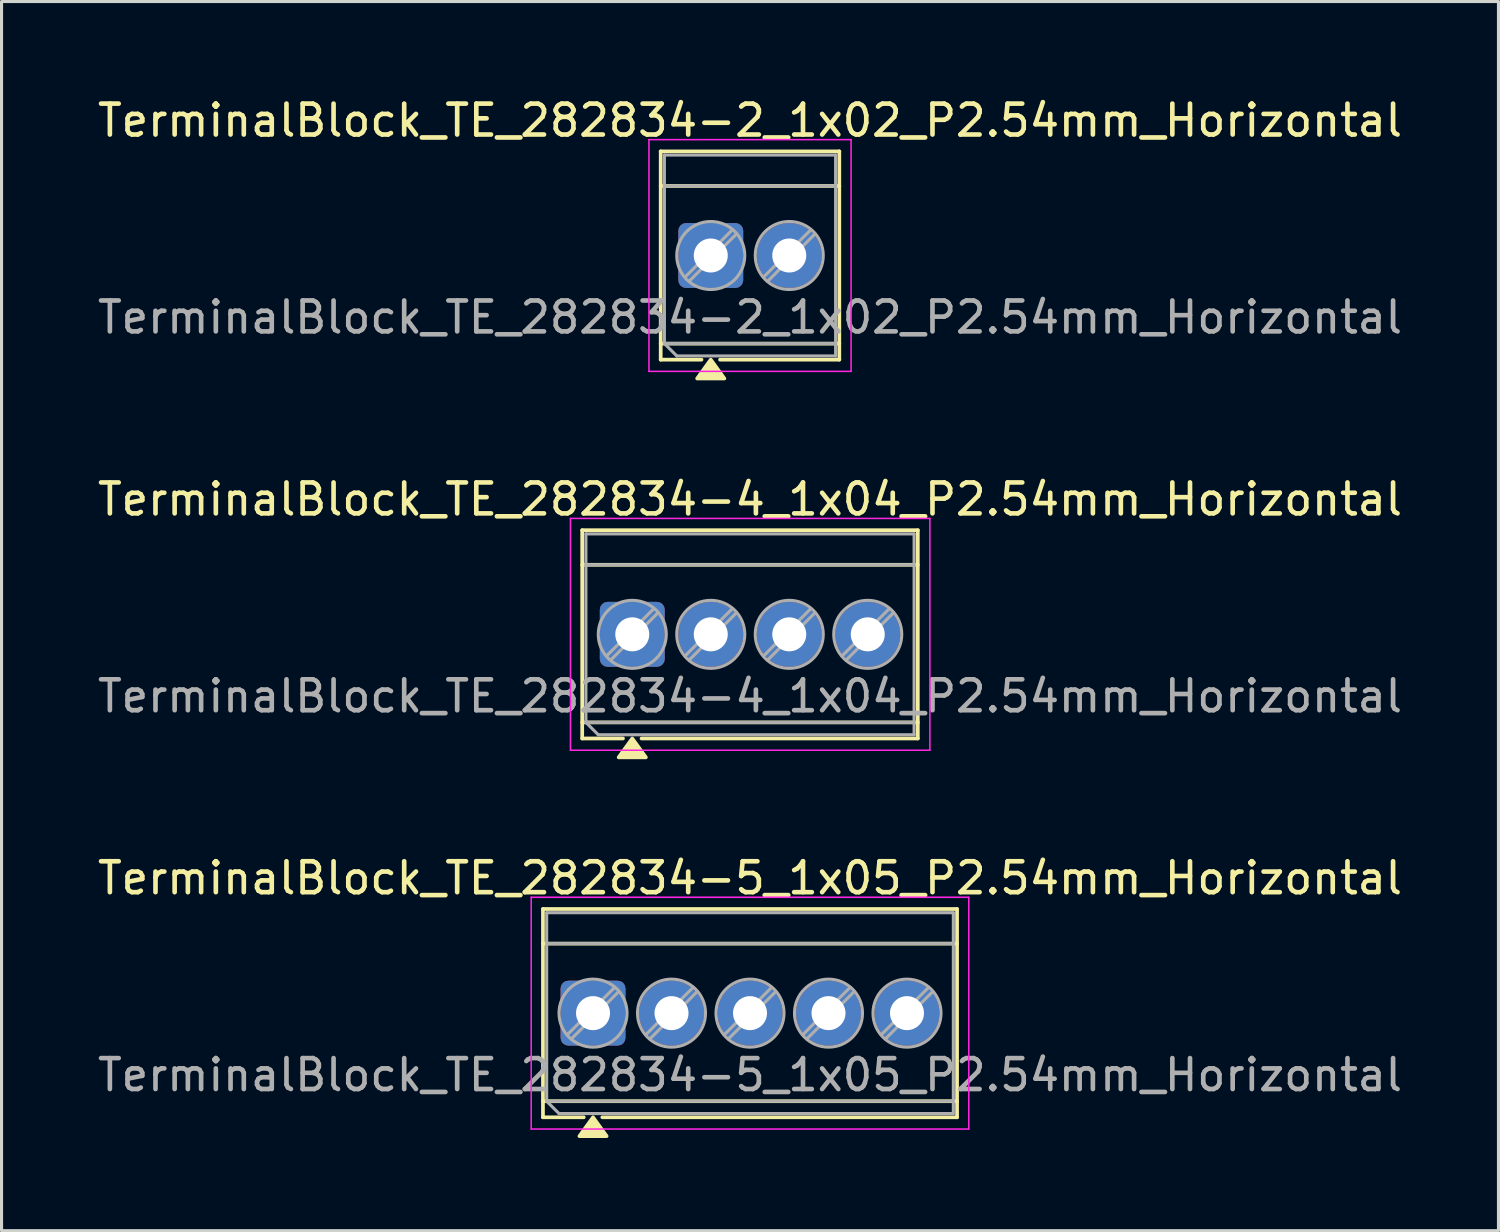
<source format=kicad_pcb>
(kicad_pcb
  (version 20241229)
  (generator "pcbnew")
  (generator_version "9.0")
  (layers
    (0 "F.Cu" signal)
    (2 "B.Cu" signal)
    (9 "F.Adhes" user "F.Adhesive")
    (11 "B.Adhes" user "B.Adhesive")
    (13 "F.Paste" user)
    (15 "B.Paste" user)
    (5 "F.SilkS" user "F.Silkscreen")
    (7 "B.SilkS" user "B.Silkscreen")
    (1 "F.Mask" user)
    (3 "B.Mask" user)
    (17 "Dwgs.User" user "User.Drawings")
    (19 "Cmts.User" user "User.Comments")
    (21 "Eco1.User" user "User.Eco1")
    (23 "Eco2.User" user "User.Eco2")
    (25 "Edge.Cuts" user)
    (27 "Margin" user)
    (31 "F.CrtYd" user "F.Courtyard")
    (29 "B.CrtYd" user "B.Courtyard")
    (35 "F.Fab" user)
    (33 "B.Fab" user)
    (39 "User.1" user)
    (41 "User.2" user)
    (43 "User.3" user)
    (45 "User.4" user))
  (footprint "TerminalBlock_TE_282834-2_1x02_P2.54mm_Horizontal"
    (layer "F.Cu")
    (at 19.95 5.218)
    (property "Reference" "TerminalBlock_TE_282834-2_1x02_P2.54mm_Horizontal" (at 1.27 -4.37 0) (layer "F.SilkS") (effects (font (size 1 1) (thickness 0.15))))
    (attr through_hole)
    (fp_line (start -1.62 -3.37) (end -1.62 3.37) (stroke (width 0.12) (type solid)) (layer "F.SilkS"))
    (fp_line (start -1.62 -3.37) (end 4.16 -3.37) (stroke (width 0.12) (type solid)) (layer "F.SilkS"))
    (fp_line (start -1.62 -2.25) (end 4.16 -2.25) (stroke (width 0.12) (type solid)) (layer "F.SilkS"))
    (fp_line (start -1.62 2.85) (end 4.16 2.85) (stroke (width 0.12) (type solid)) (layer "F.SilkS"))
    (fp_line (start -1.62 3.37) (end -0.3 3.37) (stroke (width 0.12) (type solid)) (layer "F.SilkS"))
    (fp_line (start 0.3 3.37) (end 4.16 3.37) (stroke (width 0.12) (type solid)) (layer "F.SilkS"))
    (fp_line (start 4.16 -3.37) (end 4.16 3.37) (stroke (width 0.12) (type solid)) (layer "F.SilkS"))
    (fp_poly (pts (xy 0 3.37) (xy 0.44 3.98) (xy -0.44 3.98)) (stroke (width 0.12) (type solid)) (fill yes) (layer "F.SilkS"))
    (fp_line (start -2 -3.75) (end -2 3.75) (stroke (width 0.05) (type solid)) (layer "F.CrtYd"))
    (fp_line (start -2 3.75) (end 4.54 3.75) (stroke (width 0.05) (type solid)) (layer "F.CrtYd"))
    (fp_line (start 4.54 -3.75) (end -2 -3.75) (stroke (width 0.05) (type solid)) (layer "F.CrtYd"))
    (fp_line (start 4.54 3.75) (end 4.54 -3.75) (stroke (width 0.05) (type solid)) (layer "F.CrtYd"))
    (fp_line (start -1.5 -3.25) (end 4.04 -3.25) (stroke (width 0.1) (type solid)) (layer "F.Fab"))
    (fp_line (start -1.5 -2.25) (end 4.04 -2.25) (stroke (width 0.1) (type solid)) (layer "F.Fab"))
    (fp_line (start -1.5 2.85) (end -1.5 -3.25) (stroke (width 0.1) (type solid)) (layer "F.Fab"))
    (fp_line (start -1.5 2.85) (end 4.04 2.85) (stroke (width 0.1) (type solid)) (layer "F.Fab"))
    (fp_line (start -1.1 3.25) (end -1.5 2.85) (stroke (width 0.1) (type solid)) (layer "F.Fab"))
    (fp_line (start 0.7 -0.834) (end -0.834 0.7) (stroke (width 0.1) (type solid)) (layer "F.Fab"))
    (fp_line (start 0.834 -0.7) (end -0.7 0.834) (stroke (width 0.1) (type solid)) (layer "F.Fab"))
    (fp_line (start 3.24 -0.834) (end 1.706 0.7) (stroke (width 0.1) (type solid)) (layer "F.Fab"))
    (fp_line (start 3.374 -0.7) (end 1.84 0.834) (stroke (width 0.1) (type solid)) (layer "F.Fab"))
    (fp_line (start 4.04 -3.25) (end 4.04 3.25) (stroke (width 0.1) (type solid)) (layer "F.Fab"))
    (fp_line (start 4.04 3.25) (end -1.1 3.25) (stroke (width 0.1) (type solid)) (layer "F.Fab"))
    (fp_circle (center 0 0) (end 1.1 0) (stroke (width 0.1) (type solid)) (fill no) (layer "F.Fab"))
    (fp_circle (center 2.54 0) (end 3.64 0) (stroke (width 0.1) (type solid)) (fill no) (layer "F.Fab"))
    (fp_text user "${REFERENCE}" (at 1.27 2 0) (layer "F.Fab") (effects (font (size 1 1) (thickness 0.15))))
    (pad "1" thru_hole roundrect (at 0 0) (size 2.1 2.1) (drill 1.1) (layers "*.Cu" "*.Mask") (roundrect_rratio 0.119))
    (pad "2" thru_hole circle (at 2.54 0) (size 2.1 2.1) (drill 1.1) (layers "*.Cu" "*.Mask")))
  (footprint "TerminalBlock_TE_282834-5_1x05_P2.54mm_Horizontal"
    (layer "F.Cu")
    (at 16.14 29.735)
    (property "Reference" "TerminalBlock_TE_282834-5_1x05_P2.54mm_Horizontal" (at 5.08 -4.37 0) (layer "F.SilkS") (effects (font (size 1 1) (thickness 0.15))))
    (attr through_hole)
    (fp_line (start -1.62 -3.37) (end -1.62 3.37) (stroke (width 0.12) (type solid)) (layer "F.SilkS"))
    (fp_line (start -1.62 -3.37) (end 11.78 -3.37) (stroke (width 0.12) (type solid)) (layer "F.SilkS"))
    (fp_line (start -1.62 -2.25) (end 11.78 -2.25) (stroke (width 0.12) (type solid)) (layer "F.SilkS"))
    (fp_line (start -1.62 2.85) (end 11.78 2.85) (stroke (width 0.12) (type solid)) (layer "F.SilkS"))
    (fp_line (start -1.62 3.37) (end -0.3 3.37) (stroke (width 0.12) (type solid)) (layer "F.SilkS"))
    (fp_line (start 0.3 3.37) (end 11.78 3.37) (stroke (width 0.12) (type solid)) (layer "F.SilkS"))
    (fp_line (start 11.78 -3.37) (end 11.78 3.37) (stroke (width 0.12) (type solid)) (layer "F.SilkS"))
    (fp_poly (pts (xy 0 3.37) (xy 0.44 3.98) (xy -0.44 3.98)) (stroke (width 0.12) (type solid)) (fill yes) (layer "F.SilkS"))
    (fp_line (start -2 -3.75) (end -2 3.75) (stroke (width 0.05) (type solid)) (layer "F.CrtYd"))
    (fp_line (start -2 3.75) (end 12.16 3.75) (stroke (width 0.05) (type solid)) (layer "F.CrtYd"))
    (fp_line (start 12.16 -3.75) (end -2 -3.75) (stroke (width 0.05) (type solid)) (layer "F.CrtYd"))
    (fp_line (start 12.16 3.75) (end 12.16 -3.75) (stroke (width 0.05) (type solid)) (layer "F.CrtYd"))
    (fp_line (start -1.5 -3.25) (end 11.66 -3.25) (stroke (width 0.1) (type solid)) (layer "F.Fab"))
    (fp_line (start -1.5 -2.25) (end 11.66 -2.25) (stroke (width 0.1) (type solid)) (layer "F.Fab"))
    (fp_line (start -1.5 2.85) (end -1.5 -3.25) (stroke (width 0.1) (type solid)) (layer "F.Fab"))
    (fp_line (start -1.5 2.85) (end 11.66 2.85) (stroke (width 0.1) (type solid)) (layer "F.Fab"))
    (fp_line (start -1.1 3.25) (end -1.5 2.85) (stroke (width 0.1) (type solid)) (layer "F.Fab"))
    (fp_line (start 0.7 -0.834) (end -0.834 0.7) (stroke (width 0.1) (type solid)) (layer "F.Fab"))
    (fp_line (start 0.834 -0.7) (end -0.7 0.834) (stroke (width 0.1) (type solid)) (layer "F.Fab"))
    (fp_line (start 3.24 -0.834) (end 1.706 0.7) (stroke (width 0.1) (type solid)) (layer "F.Fab"))
    (fp_line (start 3.374 -0.7) (end 1.84 0.834) (stroke (width 0.1) (type solid)) (layer "F.Fab"))
    (fp_line (start 5.78 -0.834) (end 4.246 0.7) (stroke (width 0.1) (type solid)) (layer "F.Fab"))
    (fp_line (start 5.914 -0.7) (end 4.38 0.834) (stroke (width 0.1) (type solid)) (layer "F.Fab"))
    (fp_line (start 8.32 -0.834) (end 6.786 0.7) (stroke (width 0.1) (type solid)) (layer "F.Fab"))
    (fp_line (start 8.454 -0.7) (end 6.92 0.834) (stroke (width 0.1) (type solid)) (layer "F.Fab"))
    (fp_line (start 10.86 -0.834) (end 9.326 0.7) (stroke (width 0.1) (type solid)) (layer "F.Fab"))
    (fp_line (start 10.994 -0.7) (end 9.46 0.834) (stroke (width 0.1) (type solid)) (layer "F.Fab"))
    (fp_line (start 11.66 -3.25) (end 11.66 3.25) (stroke (width 0.1) (type solid)) (layer "F.Fab"))
    (fp_line (start 11.66 3.25) (end -1.1 3.25) (stroke (width 0.1) (type solid)) (layer "F.Fab"))
    (fp_circle (center 0 0) (end 1.1 0) (stroke (width 0.1) (type solid)) (fill no) (layer "F.Fab"))
    (fp_circle (center 2.54 0) (end 3.64 0) (stroke (width 0.1) (type solid)) (fill no) (layer "F.Fab"))
    (fp_circle (center 5.08 0) (end 6.18 0) (stroke (width 0.1) (type solid)) (fill no) (layer "F.Fab"))
    (fp_circle (center 7.62 0) (end 8.72 0) (stroke (width 0.1) (type solid)) (fill no) (layer "F.Fab"))
    (fp_circle (center 10.16 0) (end 11.26 0) (stroke (width 0.1) (type solid)) (fill no) (layer "F.Fab"))
    (fp_text user "${REFERENCE}" (at 5.08 2 0) (layer "F.Fab") (effects (font (size 1 1) (thickness 0.15))))
    (pad "1" thru_hole roundrect (at 0 0) (size 2.1 2.1) (drill 1.1) (layers "*.Cu" "*.Mask") (roundrect_rratio 0.119))
    (pad "2" thru_hole circle (at 2.54 0) (size 2.1 2.1) (drill 1.1) (layers "*.Cu" "*.Mask"))
    (pad "3" thru_hole circle (at 5.08 0) (size 2.1 2.1) (drill 1.1) (layers "*.Cu" "*.Mask"))
    (pad "4" thru_hole circle (at 7.62 0) (size 2.1 2.1) (drill 1.1) (layers "*.Cu" "*.Mask"))
    (pad "5" thru_hole circle (at 10.16 0) (size 2.1 2.1) (drill 1.1) (layers "*.Cu" "*.Mask")))
  (footprint "TerminalBlock_TE_282834-4_1x04_P2.54mm_Horizontal"
    (layer "F.Cu")
    (at 17.41 17.477)
    (property "Reference" "TerminalBlock_TE_282834-4_1x04_P2.54mm_Horizontal" (at 3.81 -4.37 0) (layer "F.SilkS") (effects (font (size 1 1) (thickness 0.15))))
    (attr through_hole)
    (fp_line (start -1.62 -3.37) (end -1.62 3.37) (stroke (width 0.12) (type solid)) (layer "F.SilkS"))
    (fp_line (start -1.62 -3.37) (end 9.24 -3.37) (stroke (width 0.12) (type solid)) (layer "F.SilkS"))
    (fp_line (start -1.62 -2.25) (end 9.24 -2.25) (stroke (width 0.12) (type solid)) (layer "F.SilkS"))
    (fp_line (start -1.62 2.85) (end 9.24 2.85) (stroke (width 0.12) (type solid)) (layer "F.SilkS"))
    (fp_line (start -1.62 3.37) (end -0.3 3.37) (stroke (width 0.12) (type solid)) (layer "F.SilkS"))
    (fp_line (start 0.3 3.37) (end 9.24 3.37) (stroke (width 0.12) (type solid)) (layer "F.SilkS"))
    (fp_line (start 9.24 -3.37) (end 9.24 3.37) (stroke (width 0.12) (type solid)) (layer "F.SilkS"))
    (fp_poly (pts (xy 0 3.37) (xy 0.44 3.98) (xy -0.44 3.98)) (stroke (width 0.12) (type solid)) (fill yes) (layer "F.SilkS"))
    (fp_line (start -2 -3.75) (end -2 3.75) (stroke (width 0.05) (type solid)) (layer "F.CrtYd"))
    (fp_line (start -2 3.75) (end 9.63 3.75) (stroke (width 0.05) (type solid)) (layer "F.CrtYd"))
    (fp_line (start 9.63 -3.75) (end -2 -3.75) (stroke (width 0.05) (type solid)) (layer "F.CrtYd"))
    (fp_line (start 9.63 3.75) (end 9.63 -3.75) (stroke (width 0.05) (type solid)) (layer "F.CrtYd"))
    (fp_line (start -1.5 -3.25) (end 9.12 -3.25) (stroke (width 0.1) (type solid)) (layer "F.Fab"))
    (fp_line (start -1.5 -2.25) (end 9.12 -2.25) (stroke (width 0.1) (type solid)) (layer "F.Fab"))
    (fp_line (start -1.5 2.85) (end -1.5 -3.25) (stroke (width 0.1) (type solid)) (layer "F.Fab"))
    (fp_line (start -1.5 2.85) (end 9.12 2.85) (stroke (width 0.1) (type solid)) (layer "F.Fab"))
    (fp_line (start -1.1 3.25) (end -1.5 2.85) (stroke (width 0.1) (type solid)) (layer "F.Fab"))
    (fp_line (start 0.7 -0.834) (end -0.834 0.7) (stroke (width 0.1) (type solid)) (layer "F.Fab"))
    (fp_line (start 0.834 -0.7) (end -0.7 0.834) (stroke (width 0.1) (type solid)) (layer "F.Fab"))
    (fp_line (start 3.24 -0.834) (end 1.706 0.7) (stroke (width 0.1) (type solid)) (layer "F.Fab"))
    (fp_line (start 3.374 -0.7) (end 1.84 0.834) (stroke (width 0.1) (type solid)) (layer "F.Fab"))
    (fp_line (start 5.78 -0.834) (end 4.246 0.7) (stroke (width 0.1) (type solid)) (layer "F.Fab"))
    (fp_line (start 5.914 -0.7) (end 4.38 0.834) (stroke (width 0.1) (type solid)) (layer "F.Fab"))
    (fp_line (start 8.32 -0.834) (end 6.786 0.7) (stroke (width 0.1) (type solid)) (layer "F.Fab"))
    (fp_line (start 8.454 -0.7) (end 6.92 0.834) (stroke (width 0.1) (type solid)) (layer "F.Fab"))
    (fp_line (start 9.12 -3.25) (end 9.12 3.25) (stroke (width 0.1) (type solid)) (layer "F.Fab"))
    (fp_line (start 9.12 3.25) (end -1.1 3.25) (stroke (width 0.1) (type solid)) (layer "F.Fab"))
    (fp_circle (center 0 0) (end 1.1 0) (stroke (width 0.1) (type solid)) (fill no) (layer "F.Fab"))
    (fp_circle (center 2.54 0) (end 3.64 0) (stroke (width 0.1) (type solid)) (fill no) (layer "F.Fab"))
    (fp_circle (center 5.08 0) (end 6.18 0) (stroke (width 0.1) (type solid)) (fill no) (layer "F.Fab"))
    (fp_circle (center 7.62 0) (end 8.72 0) (stroke (width 0.1) (type solid)) (fill no) (layer "F.Fab"))
    (fp_text user "${REFERENCE}" (at 3.81 2 0) (layer "F.Fab") (effects (font (size 1 1) (thickness 0.15))))
    (pad "1" thru_hole roundrect (at 0 0) (size 2.1 2.1) (drill 1.1) (layers "*.Cu" "*.Mask") (roundrect_rratio 0.119))
    (pad "2" thru_hole circle (at 2.54 0) (size 2.1 2.1) (drill 1.1) (layers "*.Cu" "*.Mask"))
    (pad "3" thru_hole circle (at 5.08 0) (size 2.1 2.1) (drill 1.1) (layers "*.Cu" "*.Mask"))
    (pad "4" thru_hole circle (at 7.62 0) (size 2.1 2.1) (drill 1.1) (layers "*.Cu" "*.Mask")))
  (gr_rect
    (start -3 -3)
    (end 45.44 36.775)
    (stroke (width 0.1) (type default))
    (fill no)
    (layer "Edge.Cuts")))
</source>
